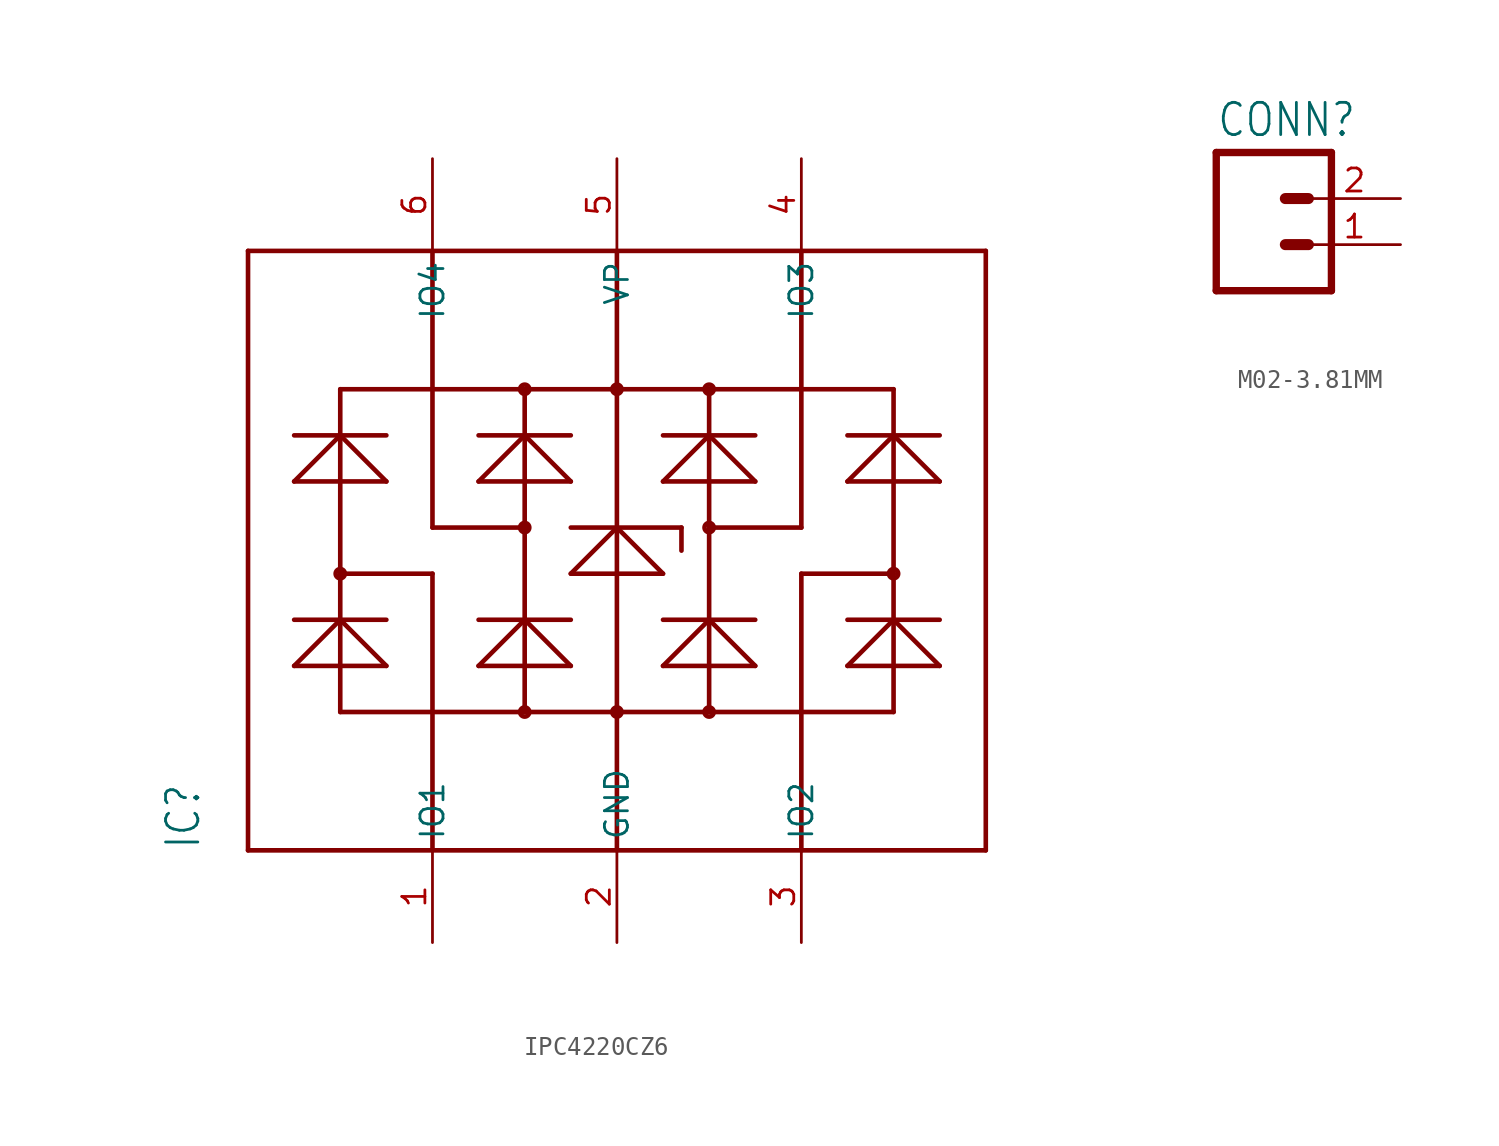
<source format=kicad_sym>
(kicad_symbol_lib
  (version 20231120)
  (generator "kicad_symbol_editor")
  (generator_version "8.0")
  (symbol "IPC4220CZ6"
    (property "Reference" "IC"
      (at -22.86 -15.24 90)
      (effects (font (size 1.778 1.511)) (justify left bottom)))
    (property "Value" ""
      (at 22.86 -15.24 90)
      (effects (font (size 1.778 1.511)) (justify left bottom)))
    (property "ki_locked" ""
      (at 0 0 0)
      (effects (font (size 1.27 1.27))))
    (symbol "IPC4220CZ6_1_0"
      (circle (center -15.24 0) (radius 0.254) (stroke (width 0.254) (type solid)) (fill (type none)))
      (circle (center -5.08 -7.62) (radius 0.254) (stroke (width 0.254) (type solid)) (fill (type none)))
      (circle (center -5.08 2.54) (radius 0.254) (stroke (width 0.254) (type solid)) (fill (type none)))
      (circle (center -5.08 10.16) (radius 0.254) (stroke (width 0.254) (type solid)) (fill (type none)))
      (circle (center 0 -7.62) (radius 0.254) (stroke (width 0.254) (type solid)) (fill (type none)))
      (polyline (pts (xy -20.32 -15.24) (xy 20.32 -15.24)) (stroke (width 0.254) (type solid)) (fill (type none)))
      (polyline (pts (xy -20.32 17.78) (xy -20.32 -15.24)) (stroke (width 0.254) (type solid)) (fill (type none)))
      (polyline (pts (xy -17.78 -5.08) (xy -12.7 -5.08)) (stroke (width 0.254) (type solid)) (fill (type none)))
      (polyline (pts (xy -17.78 -2.54) (xy -15.24 -2.54)) (stroke (width 0.254) (type solid)) (fill (type none)))
      (polyline (pts (xy -17.78 5.08) (xy -12.7 5.08)) (stroke (width 0.254) (type solid)) (fill (type none)))
      (polyline (pts (xy -17.78 7.62) (xy -12.7 7.62)) (stroke (width 0.254) (type solid)) (fill (type none)))
      (polyline (pts (xy -15.24 -7.62) (xy -5.08 -7.62)) (stroke (width 0.254) (type solid)) (fill (type none)))
      (polyline (pts (xy -15.24 -2.54) (xy -17.78 -5.08)) (stroke (width 0.254) (type solid)) (fill (type none)))
      (polyline (pts (xy -15.24 -2.54) (xy -15.24 -7.62)) (stroke (width 0.254) (type solid)) (fill (type none)))
      (polyline (pts (xy -15.24 -2.54) (xy -12.7 -2.54)) (stroke (width 0.254) (type solid)) (fill (type none)))
      (polyline (pts (xy -15.24 0) (xy -15.24 -2.54)) (stroke (width 0.254) (type solid)) (fill (type none)))
      (polyline (pts (xy -15.24 0) (xy -10.16 0)) (stroke (width 0.254) (type solid)) (fill (type none)))
      (polyline (pts (xy -15.24 7.62) (xy -17.78 5.08)) (stroke (width 0.254) (type solid)) (fill (type none)))
      (polyline (pts (xy -15.24 7.62) (xy -15.24 0)) (stroke (width 0.254) (type solid)) (fill (type none)))
      (polyline (pts (xy -15.24 10.16) (xy -15.24 7.62)) (stroke (width 0.254) (type solid)) (fill (type none)))
      (polyline (pts (xy -15.24 10.16) (xy -5.08 10.16)) (stroke (width 0.254) (type solid)) (fill (type none)))
      (polyline (pts (xy -12.7 -5.08) (xy -15.24 -2.54)) (stroke (width 0.254) (type solid)) (fill (type none)))
      (polyline (pts (xy -12.7 5.08) (xy -15.24 7.62)) (stroke (width 0.254) (type solid)) (fill (type none)))
      (polyline (pts (xy -10.16 0) (xy -10.16 -15.24)) (stroke (width 0.254) (type solid)) (fill (type none)))
      (polyline (pts (xy -10.16 2.54) (xy -10.16 17.78)) (stroke (width 0.254) (type solid)) (fill (type none)))
      (polyline (pts (xy -7.62 -5.08) (xy -2.54 -5.08)) (stroke (width 0.254) (type solid)) (fill (type none)))
      (polyline (pts (xy -7.62 -2.54) (xy -5.08 -2.54)) (stroke (width 0.254) (type solid)) (fill (type none)))
      (polyline (pts (xy -7.62 5.08) (xy -2.54 5.08)) (stroke (width 0.254) (type solid)) (fill (type none)))
      (polyline (pts (xy -7.62 7.62) (xy -5.08 7.62)) (stroke (width 0.254) (type solid)) (fill (type none)))
      (polyline (pts (xy -5.08 -7.62) (xy 5.08 -7.62)) (stroke (width 0.254) (type solid)) (fill (type none)))
      (polyline (pts (xy -5.08 -2.54) (xy -7.62 -5.08)) (stroke (width 0.254) (type solid)) (fill (type none)))
      (polyline (pts (xy -5.08 -2.54) (xy -5.08 -7.62)) (stroke (width 0.254) (type solid)) (fill (type none)))
      (polyline (pts (xy -5.08 -2.54) (xy -2.54 -2.54)) (stroke (width 0.254) (type solid)) (fill (type none)))
      (polyline (pts (xy -5.08 2.54) (xy -10.16 2.54)) (stroke (width 0.254) (type solid)) (fill (type none)))
      (polyline (pts (xy -5.08 2.54) (xy -5.08 -2.54)) (stroke (width 0.254) (type solid)) (fill (type none)))
      (polyline (pts (xy -5.08 7.62) (xy -7.62 5.08)) (stroke (width 0.254) (type solid)) (fill (type none)))
      (polyline (pts (xy -5.08 7.62) (xy -5.08 2.54)) (stroke (width 0.254) (type solid)) (fill (type none)))
      (polyline (pts (xy -5.08 7.62) (xy -2.54 7.62)) (stroke (width 0.254) (type solid)) (fill (type none)))
      (polyline (pts (xy -5.08 10.16) (xy -5.08 7.62)) (stroke (width 0.254) (type solid)) (fill (type none)))
      (polyline (pts (xy -5.08 10.16) (xy 5.08 10.16)) (stroke (width 0.254) (type solid)) (fill (type none)))
      (polyline (pts (xy -2.54 -5.08) (xy -5.08 -2.54)) (stroke (width 0.254) (type solid)) (fill (type none)))
      (polyline (pts (xy -2.54 0) (xy 2.54 0)) (stroke (width 0.254) (type solid)) (fill (type none)))
      (polyline (pts (xy -2.54 2.54) (xy 0 2.54)) (stroke (width 0.254) (type solid)) (fill (type none)))
      (polyline (pts (xy -2.54 5.08) (xy -5.08 7.62)) (stroke (width 0.254) (type solid)) (fill (type none)))
      (polyline (pts (xy 0 2.54) (xy -2.54 0)) (stroke (width 0.254) (type solid)) (fill (type none)))
      (polyline (pts (xy 0 2.54) (xy 0 -15.24)) (stroke (width 0.254) (type solid)) (fill (type none)))
      (polyline (pts (xy 0 2.54) (xy 0 17.78)) (stroke (width 0.254) (type solid)) (fill (type none)))
      (polyline (pts (xy 0 2.54) (xy 3.556 2.54)) (stroke (width 0.254) (type solid)) (fill (type none)))
      (polyline (pts (xy 2.54 -5.08) (xy 7.62 -5.08)) (stroke (width 0.254) (type solid)) (fill (type none)))
      (polyline (pts (xy 2.54 -2.54) (xy 5.08 -2.54)) (stroke (width 0.254) (type solid)) (fill (type none)))
      (polyline (pts (xy 2.54 0) (xy 0 2.54)) (stroke (width 0.254) (type solid)) (fill (type none)))
      (polyline (pts (xy 2.54 5.08) (xy 7.62 5.08)) (stroke (width 0.254) (type solid)) (fill (type none)))
      (polyline (pts (xy 2.54 7.62) (xy 5.08 7.62)) (stroke (width 0.254) (type solid)) (fill (type none)))
      (polyline (pts (xy 3.556 2.54) (xy 3.556 1.27)) (stroke (width 0.254) (type solid)) (fill (type none)))
      (polyline (pts (xy 5.08 -7.62) (xy 15.24 -7.62)) (stroke (width 0.254) (type solid)) (fill (type none)))
      (polyline (pts (xy 5.08 -2.54) (xy 2.54 -5.08)) (stroke (width 0.254) (type solid)) (fill (type none)))
      (polyline (pts (xy 5.08 -2.54) (xy 5.08 -7.62)) (stroke (width 0.254) (type solid)) (fill (type none)))
      (polyline (pts (xy 5.08 -2.54) (xy 7.62 -2.54)) (stroke (width 0.254) (type solid)) (fill (type none)))
      (polyline (pts (xy 5.08 2.54) (xy 5.08 -2.54)) (stroke (width 0.254) (type solid)) (fill (type none)))
      (polyline (pts (xy 5.08 2.54) (xy 10.16 2.54)) (stroke (width 0.254) (type solid)) (fill (type none)))
      (polyline (pts (xy 5.08 7.62) (xy 2.54 5.08)) (stroke (width 0.254) (type solid)) (fill (type none)))
      (polyline (pts (xy 5.08 7.62) (xy 5.08 2.54)) (stroke (width 0.254) (type solid)) (fill (type none)))
      (polyline (pts (xy 5.08 7.62) (xy 7.62 7.62)) (stroke (width 0.254) (type solid)) (fill (type none)))
      (polyline (pts (xy 5.08 10.16) (xy 5.08 7.62)) (stroke (width 0.254) (type solid)) (fill (type none)))
      (polyline (pts (xy 5.08 10.16) (xy 10.16 10.16)) (stroke (width 0.254) (type solid)) (fill (type none)))
      (polyline (pts (xy 7.62 -5.08) (xy 5.08 -2.54)) (stroke (width 0.254) (type solid)) (fill (type none)))
      (polyline (pts (xy 7.62 5.08) (xy 5.08 7.62)) (stroke (width 0.254) (type solid)) (fill (type none)))
      (polyline (pts (xy 10.16 0) (xy 10.16 -15.24)) (stroke (width 0.254) (type solid)) (fill (type none)))
      (polyline (pts (xy 10.16 2.54) (xy 10.16 10.16)) (stroke (width 0.254) (type solid)) (fill (type none)))
      (polyline (pts (xy 10.16 10.16) (xy 10.16 17.78)) (stroke (width 0.254) (type solid)) (fill (type none)))
      (polyline (pts (xy 10.16 10.16) (xy 15.24 10.16)) (stroke (width 0.254) (type solid)) (fill (type none)))
      (polyline (pts (xy 12.7 -5.08) (xy 17.78 -5.08)) (stroke (width 0.254) (type solid)) (fill (type none)))
      (polyline (pts (xy 12.7 -2.54) (xy 15.24 -2.54)) (stroke (width 0.254) (type solid)) (fill (type none)))
      (polyline (pts (xy 12.7 5.08) (xy 17.78 5.08)) (stroke (width 0.254) (type solid)) (fill (type none)))
      (polyline (pts (xy 12.7 7.62) (xy 15.24 7.62)) (stroke (width 0.254) (type solid)) (fill (type none)))
      (polyline (pts (xy 15.24 -2.54) (xy 12.7 -5.08)) (stroke (width 0.254) (type solid)) (fill (type none)))
      (polyline (pts (xy 15.24 -2.54) (xy 15.24 -7.62)) (stroke (width 0.254) (type solid)) (fill (type none)))
      (polyline (pts (xy 15.24 -2.54) (xy 17.78 -2.54)) (stroke (width 0.254) (type solid)) (fill (type none)))
      (polyline (pts (xy 15.24 0) (xy 10.16 0)) (stroke (width 0.254) (type solid)) (fill (type none)))
      (polyline (pts (xy 15.24 0) (xy 15.24 -2.54)) (stroke (width 0.254) (type solid)) (fill (type none)))
      (polyline (pts (xy 15.24 7.62) (xy 12.7 5.08)) (stroke (width 0.254) (type solid)) (fill (type none)))
      (polyline (pts (xy 15.24 7.62) (xy 15.24 0)) (stroke (width 0.254) (type solid)) (fill (type none)))
      (polyline (pts (xy 15.24 7.62) (xy 17.78 7.62)) (stroke (width 0.254) (type solid)) (fill (type none)))
      (polyline (pts (xy 15.24 10.16) (xy 15.24 7.62)) (stroke (width 0.254) (type solid)) (fill (type none)))
      (polyline (pts (xy 17.78 -5.08) (xy 15.24 -2.54)) (stroke (width 0.254) (type solid)) (fill (type none)))
      (polyline (pts (xy 17.78 5.08) (xy 15.24 7.62)) (stroke (width 0.254) (type solid)) (fill (type none)))
      (polyline (pts (xy 20.32 -15.24) (xy 20.32 17.78)) (stroke (width 0.254) (type solid)) (fill (type none)))
      (polyline (pts (xy 20.32 17.78) (xy -20.32 17.78)) (stroke (width 0.254) (type solid)) (fill (type none)))
      (circle (center 0 10.16) (radius 0.254) (stroke (width 0.254) (type solid)) (fill (type none)))
      (circle (center 5.08 -7.62) (radius 0.254) (stroke (width 0.254) (type solid)) (fill (type none)))
      (circle (center 5.08 2.54) (radius 0.254) (stroke (width 0.254) (type solid)) (fill (type none)))
      (circle (center 5.08 10.16) (radius 0.254) (stroke (width 0.254) (type solid)) (fill (type none)))
      (circle (center 15.24 0) (radius 0.254) (stroke (width 0.254) (type solid)) (fill (type none)))
      (pin bidirectional line (at -10.16 -20.32 90) (length 5.08) (name "IO1" (effects (font (size 1.27 1.27)))) (number "1" (effects (font (size 1.27 1.27)))))
      (pin bidirectional line (at 0 -20.32 90) (length 5.08) (name "GND" (effects (font (size 1.27 1.27)))) (number "2" (effects (font (size 1.27 1.27)))))
      (pin bidirectional line (at 10.16 -20.32 90) (length 5.08) (name "IO2" (effects (font (size 1.27 1.27)))) (number "3" (effects (font (size 1.27 1.27)))))
      (pin bidirectional line (at 10.16 22.86 270) (length 5.08) (name "IO3" (effects (font (size 1.27 1.27)))) (number "4" (effects (font (size 1.27 1.27)))))
      (pin bidirectional line (at 0 22.86 270) (length 5.08) (name "VP" (effects (font (size 1.27 1.27)))) (number "5" (effects (font (size 1.27 1.27)))))
      (pin bidirectional line (at -10.16 22.86 270) (length 5.08) (name "IO4" (effects (font (size 1.27 1.27)))) (number "6" (effects (font (size 1.27 1.27)))))))
  (symbol "M02-3.81MM"
    (property "Reference" "CONN"
      (at -2.54 5.842 0)
      (effects (font (size 1.778 1.511)) (justify left bottom)))
    (property "Value" ""
      (at -2.54 -5.08 0)
      (effects (font (size 1.778 1.511)) (justify left bottom)))
    (property "ki_locked" ""
      (at 0 0 0)
      (effects (font (size 1.27 1.27))))
    (symbol "M02-3.81MM_1_0"
      (polyline (pts (xy -2.54 5.08) (xy -2.54 -2.54)) (stroke (width 0.406) (type solid)) (fill (type none)))
      (polyline (pts (xy -2.54 5.08) (xy 3.81 5.08)) (stroke (width 0.406) (type solid)) (fill (type none)))
      (polyline (pts (xy 1.27 0) (xy 2.54 0)) (stroke (width 0.61) (type solid)) (fill (type none)))
      (polyline (pts (xy 1.27 2.54) (xy 2.54 2.54)) (stroke (width 0.61) (type solid)) (fill (type none)))
      (polyline (pts (xy 3.81 -2.54) (xy -2.54 -2.54)) (stroke (width 0.406) (type solid)) (fill (type none)))
      (polyline (pts (xy 3.81 -2.54) (xy 3.81 5.08)) (stroke (width 0.406) (type solid)) (fill (type none)))
      (pin passive line (at 7.62 0 180) (length 5.08) (name "1" (effects (font (size 0 0)))) (number "1" (effects (font (size 1.27 1.27)))))
      (pin passive line (at 7.62 2.54 180) (length 5.08) (name "2" (effects (font (size 0 0)))) (number "2" (effects (font (size 1.27 1.27))))))))
</source>
